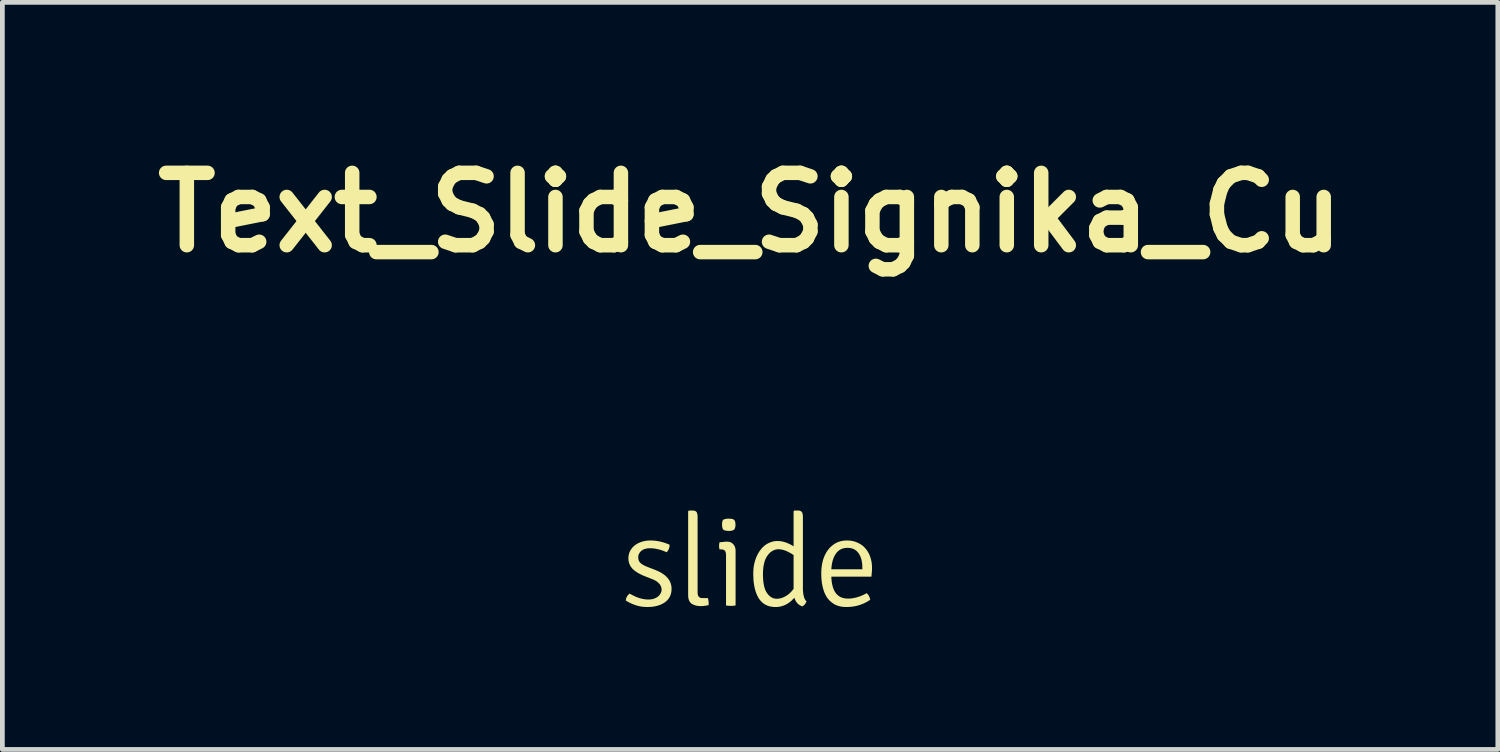
<source format=kicad_pcb>
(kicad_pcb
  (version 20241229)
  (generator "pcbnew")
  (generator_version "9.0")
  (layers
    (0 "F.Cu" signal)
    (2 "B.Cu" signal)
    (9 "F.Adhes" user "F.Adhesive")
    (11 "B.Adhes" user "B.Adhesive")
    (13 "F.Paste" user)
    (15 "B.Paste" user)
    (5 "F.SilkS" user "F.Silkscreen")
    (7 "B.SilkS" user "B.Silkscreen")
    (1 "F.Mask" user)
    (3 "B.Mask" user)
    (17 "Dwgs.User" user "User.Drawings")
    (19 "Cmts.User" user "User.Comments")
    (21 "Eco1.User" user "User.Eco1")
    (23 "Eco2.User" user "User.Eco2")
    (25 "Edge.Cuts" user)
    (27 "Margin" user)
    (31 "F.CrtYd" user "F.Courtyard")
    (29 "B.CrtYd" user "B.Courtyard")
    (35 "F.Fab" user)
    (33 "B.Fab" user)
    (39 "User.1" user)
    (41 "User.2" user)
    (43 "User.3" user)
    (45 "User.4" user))
  (footprint "Text_Slide_Signika_Cu"
    (layer "F.Cu")
    (at 12.751 9.089)
    (property "Reference" "Text_Slide_Signika_Cu" (at 0 -7.663 0) (layer "F.SilkS") (effects (font (size 1.524 1.524) (thickness 0.305))))
    (attr smd)
    (fp_poly (pts (xy -0.572 -1.186) (xy -0.557 -1.195) (xy -0.539 -1.201) (xy -0.519 -1.207) (xy -0.497 -1.211) (xy -0.473 -1.213) (xy -0.447 -1.214) (xy -0.418 -1.213) (xy -0.392 -1.21) (xy -0.37 -1.205) (xy -0.352 -1.198) (xy -0.338 -1.189) (xy -0.328 -1.177) (xy -0.319 -1.161) (xy -0.313 -1.14) (xy -0.31 -1.115) (xy -0.308 -1.086) (xy -0.309 -1.061) (xy -0.312 -1.039) (xy -0.317 -1.02) (xy -0.323 -1.003) (xy -0.331 -0.99) (xy -0.341 -0.98) (xy -0.356 -0.971) (xy -0.374 -0.964) (xy -0.395 -0.959) (xy -0.419 -0.956) (xy -0.447 -0.955) (xy -0.472 -0.956) (xy -0.495 -0.958) (xy -0.517 -0.962) (xy -0.536 -0.967) (xy -0.553 -0.974) (xy -0.565 -0.983) (xy -0.574 -0.996) (xy -0.582 -1.013) (xy -0.587 -1.033) (xy -0.59 -1.058) (xy -0.591 -1.086) (xy -0.591 -1.11) (xy -0.588 -1.132) (xy -0.585 -1.152) (xy -0.579 -1.17) (xy -0.572 -1.186) (xy -0.572 -1.186)) (stroke (width 0) (type solid)) (fill yes) (layer "F.SilkS"))
    (fp_poly (pts (xy -0.306 -0.533) (xy -0.306 0.615) (xy -0.323 0.618) (xy -0.341 0.62) (xy -0.362 0.622) (xy -0.383 0.623) (xy -0.406 0.623) (xy -0.43 0.623) (xy -0.451 0.622) (xy -0.471 0.62) (xy -0.49 0.618) (xy -0.507 0.615) (xy -0.507 -0.435) (xy -0.508 -0.464) (xy -0.511 -0.488) (xy -0.516 -0.509) (xy -0.523 -0.526) (xy -0.532 -0.539) (xy -0.543 -0.549) (xy -0.557 -0.556) (xy -0.575 -0.562) (xy -0.595 -0.565) (xy -0.619 -0.566) (xy -0.643 -0.566) (xy -0.648 -0.582) (xy -0.651 -0.599) (xy -0.653 -0.618) (xy -0.654 -0.639) (xy -0.653 -0.66) (xy -0.651 -0.68) (xy -0.648 -0.699) (xy -0.643 -0.716) (xy -0.618 -0.718) (xy -0.596 -0.72) (xy -0.576 -0.722) (xy -0.559 -0.724) (xy -0.538 -0.727) (xy -0.521 -0.729) (xy -0.507 -0.729) (xy -0.485 -0.729) (xy -0.462 -0.728) (xy -0.44 -0.725) (xy -0.42 -0.719) (xy -0.401 -0.711) (xy -0.384 -0.701) (xy -0.369 -0.689) (xy -0.355 -0.675) (xy -0.342 -0.659) (xy -0.331 -0.642) (xy -0.322 -0.623) (xy -0.315 -0.603) (xy -0.31 -0.581) (xy -0.307 -0.558) (xy -0.306 -0.533)) (stroke (width 0) (type solid)) (fill yes) (layer "F.SilkS"))
    (fp_poly (pts (xy -1.006 0.46) (xy -0.891 0.46) (xy -0.885 0.477) (xy -0.88 0.495) (xy -0.878 0.514) (xy -0.875 0.534) (xy -0.873 0.552) (xy -0.872 0.569) (xy -0.873 0.584) (xy -0.875 0.596) (xy -0.875 0.61) (xy -0.897 0.613) (xy -0.918 0.617) (xy -0.939 0.62) (xy -0.959 0.623) (xy -0.98 0.626) (xy -1 0.627) (xy -1.02 0.628) (xy -1.041 0.629) (xy -1.065 0.628) (xy -1.089 0.626) (xy -1.111 0.623) (xy -1.133 0.619) (xy -1.154 0.613) (xy -1.174 0.607) (xy -1.193 0.599) (xy -1.211 0.59) (xy -1.229 0.58) (xy -1.243 0.569) (xy -1.256 0.556) (xy -1.268 0.542) (xy -1.277 0.526) (xy -1.286 0.509) (xy -1.293 0.49) (xy -1.298 0.47) (xy -1.302 0.448) (xy -1.304 0.425) (xy -1.305 0.4) (xy -1.305 -1.369) (xy -1.289 -1.385) (xy -1.215 -1.385) (xy -1.191 -1.384) (xy -1.17 -1.38) (xy -1.152 -1.373) (xy -1.138 -1.364) (xy -1.128 -1.352) (xy -1.12 -1.339) (xy -1.114 -1.321) (xy -1.11 -1.301) (xy -1.107 -1.277) (xy -1.106 -1.249) (xy -1.106 0.343) (xy -1.105 0.365) (xy -1.102 0.385) (xy -1.097 0.403) (xy -1.09 0.418) (xy -1.081 0.431) (xy -1.07 0.441) (xy -1.057 0.449) (xy -1.042 0.455) (xy -1.025 0.459) (xy -1.006 0.46)) (stroke (width 0) (type solid)) (fill yes) (layer "F.SilkS"))
    (fp_poly (pts (xy -2.618 0.512) (xy -2.616 0.491) (xy -2.612 0.471) (xy -2.606 0.451) (xy -2.597 0.433) (xy -2.586 0.415) (xy -2.573 0.397) (xy -2.557 0.381) (xy -2.539 0.365) (xy -2.515 0.378) (xy -2.491 0.391) (xy -2.468 0.403) (xy -2.445 0.414) (xy -2.423 0.425) (xy -2.402 0.434) (xy -2.381 0.442) (xy -2.361 0.45) (xy -2.341 0.457) (xy -2.321 0.463) (xy -2.297 0.469) (xy -2.274 0.475) (xy -2.251 0.479) (xy -2.228 0.483) (xy -2.206 0.486) (xy -2.185 0.488) (xy -2.165 0.489) (xy -2.145 0.49) (xy -2.118 0.489) (xy -2.093 0.487) (xy -2.07 0.484) (xy -2.048 0.479) (xy -2.028 0.473) (xy -2.008 0.466) (xy -1.989 0.457) (xy -1.971 0.448) (xy -1.955 0.438) (xy -1.94 0.427) (xy -1.924 0.412) (xy -1.909 0.396) (xy -1.897 0.379) (xy -1.886 0.362) (xy -1.878 0.344) (xy -1.871 0.327) (xy -1.867 0.309) (xy -1.864 0.291) (xy -1.865 0.268) (xy -1.868 0.247) (xy -1.874 0.226) (xy -1.881 0.207) (xy -1.891 0.188) (xy -1.902 0.171) (xy -1.916 0.155) (xy -1.929 0.141) (xy -1.944 0.128) (xy -1.96 0.115) (xy -1.977 0.103) (xy -1.996 0.091) (xy -2.017 0.08) (xy -2.039 0.07) (xy -2.063 0.06) (xy -2.215 0.000034) (xy -2.242 -0.011) (xy -2.267 -0.021) (xy -2.291 -0.033) (xy -2.314 -0.044) (xy -2.336 -0.056) (xy -2.357 -0.067) (xy -2.378 -0.08) (xy -2.397 -0.092) (xy -2.415 -0.105) (xy -2.432 -0.118) (xy -2.448 -0.131) (xy -2.463 -0.144) (xy -2.477 -0.158) (xy -2.492 -0.175) (xy -2.505 -0.193) (xy -2.518 -0.211) (xy -2.528 -0.23) (xy -2.538 -0.249) (xy -2.546 -0.269) (xy -2.552 -0.29) (xy -2.557 -0.311) (xy -2.561 -0.333) (xy -2.563 -0.355) (xy -2.564 -0.378) (xy -2.563 -0.402) (xy -2.561 -0.425) (xy -2.557 -0.447) (xy -2.552 -0.469) (xy -2.546 -0.49) (xy -2.538 -0.511) (xy -2.528 -0.531) (xy -2.518 -0.55) (xy -2.506 -0.569) (xy -2.493 -0.587) (xy -2.479 -0.604) (xy -2.464 -0.621) (xy -2.448 -0.636) (xy -2.43 -0.65) (xy -2.412 -0.664) (xy -2.393 -0.677) (xy -2.373 -0.688) (xy -2.352 -0.699) (xy -2.33 -0.709) (xy -2.307 -0.718) (xy -2.283 -0.726) (xy -2.262 -0.733) (xy -2.24 -0.738) (xy -2.218 -0.743) (xy -2.195 -0.747) (xy -2.171 -0.75) (xy -2.148 -0.752) (xy -2.123 -0.753) (xy -2.098 -0.754) (xy -2.076 -0.753) (xy -2.054 -0.753) (xy -2.031 -0.751) (xy -2.009 -0.749) (xy -1.986 -0.747) (xy -1.964 -0.744) (xy -1.942 -0.74) (xy -1.919 -0.736) (xy -1.897 -0.731) (xy -1.875 -0.726) (xy -1.852 -0.72) (xy -1.83 -0.714) (xy -1.807 -0.707) (xy -1.785 -0.699) (xy -1.763 -0.691) (xy -1.74 -0.683) (xy -1.718 -0.674) (xy -1.696 -0.664) (xy -1.697 -0.641) (xy -1.699 -0.618) (xy -1.704 -0.597) (xy -1.711 -0.577) (xy -1.72 -0.558) (xy -1.731 -0.539) (xy -1.743 -0.522) (xy -1.758 -0.506) (xy -1.781 -0.516) (xy -1.803 -0.525) (xy -1.825 -0.534) (xy -1.847 -0.542) (xy -1.868 -0.549) (xy -1.889 -0.556) (xy -1.909 -0.562) (xy -1.929 -0.567) (xy -1.949 -0.571) (xy -1.972 -0.576) (xy -1.996 -0.581) (xy -2.018 -0.584) (xy -2.041 -0.587) (xy -2.062 -0.589) (xy -2.083 -0.59) (xy -2.104 -0.59) (xy -2.131 -0.59) (xy -2.156 -0.588) (xy -2.181 -0.584) (xy -2.203 -0.579) (xy -2.224 -0.573) (xy -2.244 -0.565) (xy -2.262 -0.556) (xy -2.279 -0.545) (xy -2.294 -0.533) (xy -2.311 -0.517) (xy -2.325 -0.499) (xy -2.336 -0.481) (xy -2.345 -0.463) (xy -2.352 -0.443) (xy -2.355 -0.423) (xy -2.357 -0.403) (xy -2.356 -0.381) (xy -2.353 -0.36) (xy -2.348 -0.341) (xy -2.341 -0.323) (xy -2.332 -0.307) (xy -2.321 -0.291) (xy -2.308 -0.278) (xy -2.295 -0.267) (xy -2.28 -0.256) (xy -2.263 -0.245) (xy -2.245 -0.235) (xy -2.224 -0.224) (xy -2.202 -0.214) (xy -2.178 -0.203) (xy -2.153 -0.193) (xy -1.992 -0.131) (xy -1.967 -0.12) (xy -1.942 -0.109) (xy -1.919 -0.098) (xy -1.896 -0.087) (xy -1.875 -0.075) (xy -1.854 -0.062) (xy -1.835 -0.05) (xy -1.816 -0.036) (xy -1.799 -0.023) (xy -1.783 -0.009) (xy -1.767 0.005) (xy -1.753 0.02) (xy -1.739 0.035) (xy -1.727 0.05) (xy -1.715 0.066) (xy -1.705 0.082) (xy -1.695 0.098) (xy -1.687 0.115) (xy -1.679 0.133) (xy -1.673 0.15) (xy -1.667 0.168) (xy -1.663 0.187) (xy -1.659 0.205) (xy -1.657 0.225) (xy -1.655 0.244) (xy -1.655 0.264) (xy -1.655 0.288) (xy -1.657 0.311) (xy -1.66 0.334) (xy -1.665 0.355) (xy -1.67 0.376) (xy -1.677 0.397) (xy -1.685 0.416) (xy -1.694 0.435) (xy -1.705 0.453) (xy -1.716 0.471) (xy -1.729 0.487) (xy -1.744 0.503) (xy -1.759 0.519) (xy -1.776 0.533) (xy -1.794 0.547) (xy -1.81 0.558) (xy -1.828 0.569) (xy -1.846 0.579) (xy -1.864 0.589) (xy -1.884 0.597) (xy -1.904 0.605) (xy -1.924 0.613) (xy -1.946 0.619) (xy -1.968 0.625) (xy -1.991 0.631) (xy -2.014 0.635) (xy -2.038 0.639) (xy -2.063 0.642) (xy -2.089 0.645) (xy -2.115 0.646) (xy -2.142 0.647) (xy -2.169 0.648) (xy -2.191 0.647) (xy -2.213 0.646) (xy -2.235 0.645) (xy -2.257 0.643) (xy -2.278 0.64) (xy -2.3 0.637) (xy -2.322 0.633) (xy -2.343 0.628) (xy -2.365 0.623) (xy -2.386 0.617) (xy -2.408 0.61) (xy -2.429 0.603) (xy -2.45 0.596) (xy -2.471 0.587) (xy -2.492 0.578) (xy -2.514 0.569) (xy -2.535 0.558) (xy -2.556 0.548) (xy -2.576 0.536) (xy -2.597 0.524) (xy -2.618 0.512)) (stroke (width 0) (type solid)) (fill yes) (layer "F.SilkS"))
    (fp_poly (pts (xy 0.576 -0.743) (xy 0.916 -0.446) (xy 0.892 -0.462) (xy 0.869 -0.477) (xy 0.846 -0.49) (xy 0.823 -0.503) (xy 0.801 -0.514) (xy 0.779 -0.525) (xy 0.758 -0.534) (xy 0.737 -0.542) (xy 0.716 -0.549) (xy 0.696 -0.555) (xy 0.676 -0.56) (xy 0.656 -0.564) (xy 0.637 -0.566) (xy 0.618 -0.568) (xy 0.6 -0.569) (xy 0.579 -0.568) (xy 0.558 -0.566) (xy 0.538 -0.562) (xy 0.519 -0.556) (xy 0.5 -0.549) (xy 0.481 -0.54) (xy 0.463 -0.53) (xy 0.446 -0.518) (xy 0.429 -0.505) (xy 0.412 -0.49) (xy 0.396 -0.473) (xy 0.381 -0.455) (xy 0.366 -0.435) (xy 0.356 -0.42) (xy 0.346 -0.405) (xy 0.337 -0.388) (xy 0.328 -0.371) (xy 0.32 -0.352) (xy 0.313 -0.333) (xy 0.306 -0.314) (xy 0.3 -0.293) (xy 0.295 -0.271) (xy 0.29 -0.249) (xy 0.285 -0.226) (xy 0.281 -0.202) (xy 0.278 -0.177) (xy 0.276 -0.152) (xy 0.273 -0.125) (xy 0.272 -0.098) (xy 0.271 -0.07) (xy 0.271 -0.041) (xy 0.271 -0.012) (xy 0.272 0.016) (xy 0.273 0.043) (xy 0.275 0.07) (xy 0.277 0.095) (xy 0.28 0.12) (xy 0.283 0.144) (xy 0.287 0.166) (xy 0.291 0.188) (xy 0.296 0.21) (xy 0.301 0.23) (xy 0.307 0.249) (xy 0.313 0.268) (xy 0.32 0.286) (xy 0.327 0.303) (xy 0.335 0.319) (xy 0.344 0.334) (xy 0.352 0.348) (xy 0.367 0.368) (xy 0.382 0.387) (xy 0.397 0.403) (xy 0.413 0.418) (xy 0.43 0.431) (xy 0.447 0.442) (xy 0.465 0.452) (xy 0.483 0.46) (xy 0.502 0.466) (xy 0.521 0.47) (xy 0.541 0.473) (xy 0.562 0.473) (xy 0.583 0.473) (xy 0.603 0.471) (xy 0.624 0.467) (xy 0.645 0.463) (xy 0.666 0.457) (xy 0.687 0.449) (xy 0.708 0.441) (xy 0.729 0.43) (xy 0.75 0.419) (xy 0.769 0.407) (xy 0.788 0.395) (xy 0.806 0.381) (xy 0.823 0.367) (xy 0.84 0.352) (xy 0.856 0.336) (xy 0.872 0.319) (xy 0.887 0.302) (xy 0.902 0.283) (xy 0.916 0.264) (xy 0.916 -0.446) (xy 0.576 -0.743) (xy 0.596 -0.742) (xy 0.617 -0.741) (xy 0.637 -0.739) (xy 0.658 -0.736) (xy 0.679 -0.732) (xy 0.7 -0.727) (xy 0.721 -0.721) (xy 0.742 -0.715) (xy 0.764 -0.708) (xy 0.785 -0.699) (xy 0.806 -0.69) (xy 0.828 -0.68) (xy 0.85 -0.669) (xy 0.872 -0.657) (xy 0.894 -0.645) (xy 0.916 -0.631) (xy 0.916 -1.369) (xy 0.932 -1.385) (xy 1.005 -1.385) (xy 1.029 -1.384) (xy 1.049 -1.38) (xy 1.066 -1.373) (xy 1.079 -1.364) (xy 1.09 -1.352) (xy 1.098 -1.339) (xy 1.104 -1.321) (xy 1.108 -1.301) (xy 1.111 -1.277) (xy 1.112 -1.249) (xy 1.112 0.239) (xy 1.112 0.269) (xy 1.113 0.298) (xy 1.115 0.325) (xy 1.118 0.351) (xy 1.121 0.375) (xy 1.126 0.398) (xy 1.131 0.42) (xy 1.136 0.44) (xy 1.143 0.459) (xy 1.15 0.476) (xy 1.159 0.492) (xy 1.168 0.506) (xy 1.177 0.519) (xy 1.188 0.531) (xy 1.179 0.551) (xy 1.169 0.569) (xy 1.158 0.586) (xy 1.145 0.6) (xy 1.131 0.613) (xy 1.115 0.625) (xy 1.098 0.634) (xy 1.078 0.626) (xy 1.059 0.617) (xy 1.041 0.606) (xy 1.024 0.594) (xy 1.008 0.581) (xy 0.994 0.567) (xy 0.981 0.551) (xy 0.969 0.534) (xy 0.958 0.515) (xy 0.948 0.495) (xy 0.939 0.474) (xy 0.932 0.452) (xy 0.916 0.47) (xy 0.899 0.487) (xy 0.883 0.504) (xy 0.866 0.519) (xy 0.848 0.534) (xy 0.831 0.548) (xy 0.813 0.561) (xy 0.795 0.573) (xy 0.776 0.584) (xy 0.758 0.594) (xy 0.739 0.603) (xy 0.72 0.612) (xy 0.7 0.619) (xy 0.68 0.626) (xy 0.66 0.632) (xy 0.64 0.637) (xy 0.62 0.641) (xy 0.599 0.644) (xy 0.578 0.646) (xy 0.556 0.647) (xy 0.535 0.648) (xy 0.51 0.647) (xy 0.486 0.646) (xy 0.463 0.643) (xy 0.44 0.639) (xy 0.418 0.635) (xy 0.397 0.629) (xy 0.377 0.623) (xy 0.357 0.615) (xy 0.337 0.606) (xy 0.319 0.596) (xy 0.301 0.586) (xy 0.283 0.574) (xy 0.267 0.561) (xy 0.251 0.547) (xy 0.236 0.532) (xy 0.221 0.516) (xy 0.207 0.5) (xy 0.194 0.482) (xy 0.181 0.463) (xy 0.171 0.446) (xy 0.162 0.429) (xy 0.153 0.412) (xy 0.145 0.394) (xy 0.137 0.375) (xy 0.129 0.356) (xy 0.122 0.337) (xy 0.115 0.316) (xy 0.109 0.296) (xy 0.103 0.274) (xy 0.098 0.253) (xy 0.093 0.23) (xy 0.088 0.207) (xy 0.084 0.184) (xy 0.081 0.16) (xy 0.077 0.135) (xy 0.074 0.11) (xy 0.072 0.085) (xy 0.07 0.058) (xy 0.069 0.032) (xy 0.068 0.005) (xy 0.067 -0.023) (xy 0.067 -0.052) (xy 0.067 -0.077) (xy 0.068 -0.102) (xy 0.069 -0.126) (xy 0.071 -0.15) (xy 0.073 -0.174) (xy 0.076 -0.197) (xy 0.079 -0.219) (xy 0.083 -0.242) (xy 0.088 -0.263) (xy 0.092 -0.284) (xy 0.098 -0.305) (xy 0.104 -0.326) (xy 0.11 -0.346) (xy 0.118 -0.369) (xy 0.127 -0.392) (xy 0.136 -0.414) (xy 0.146 -0.435) (xy 0.155 -0.455) (xy 0.166 -0.475) (xy 0.177 -0.494) (xy 0.188 -0.512) (xy 0.2 -0.53) (xy 0.212 -0.547) (xy 0.225 -0.563) (xy 0.24 -0.583) (xy 0.257 -0.601) (xy 0.274 -0.618) (xy 0.291 -0.634) (xy 0.309 -0.649) (xy 0.327 -0.662) (xy 0.346 -0.675) (xy 0.365 -0.686) (xy 0.385 -0.697) (xy 0.406 -0.706) (xy 0.426 -0.715) (xy 0.447 -0.722) (xy 0.468 -0.729) (xy 0.49 -0.734) (xy 0.511 -0.738) (xy 0.532 -0.741) (xy 0.554 -0.742) (xy 0.576 -0.743) (xy 0.576 -0.743)) (stroke (width 0) (type solid)) (fill yes) (layer "F.SilkS"))
    (fp_poly (pts (xy 2.555 0.008) (xy 1.711 0.008) (xy 1.711 -0.147) (xy 2.364 -0.147) (xy 2.364 -0.182) (xy 2.364 -0.209) (xy 2.363 -0.234) (xy 2.361 -0.259) (xy 2.358 -0.284) (xy 2.354 -0.307) (xy 2.35 -0.33) (xy 2.345 -0.352) (xy 2.339 -0.373) (xy 2.332 -0.393) (xy 2.324 -0.413) (xy 2.316 -0.432) (xy 2.306 -0.45) (xy 2.296 -0.468) (xy 2.285 -0.484) (xy 2.273 -0.501) (xy 2.259 -0.517) (xy 2.245 -0.531) (xy 2.229 -0.544) (xy 2.213 -0.555) (xy 2.196 -0.565) (xy 2.178 -0.574) (xy 2.158 -0.582) (xy 2.138 -0.588) (xy 2.117 -0.593) (xy 2.095 -0.596) (xy 2.072 -0.598) (xy 2.049 -0.599) (xy 2.025 -0.598) (xy 2.003 -0.596) (xy 1.981 -0.592) (xy 1.96 -0.587) (xy 1.939 -0.58) (xy 1.92 -0.573) (xy 1.901 -0.563) (xy 1.884 -0.552) (xy 1.867 -0.54) (xy 1.85 -0.526) (xy 1.835 -0.511) (xy 1.82 -0.494) (xy 1.807 -0.476) (xy 1.796 -0.459) (xy 1.785 -0.442) (xy 1.776 -0.424) (xy 1.767 -0.405) (xy 1.758 -0.385) (xy 1.751 -0.365) (xy 1.744 -0.343) (xy 1.737 -0.322) (xy 1.732 -0.299) (xy 1.727 -0.275) (xy 1.722 -0.251) (xy 1.719 -0.226) (xy 1.715 -0.201) (xy 1.713 -0.174) (xy 1.711 -0.147) (xy 1.711 0.008) (xy 1.712 0.035) (xy 1.714 0.061) (xy 1.716 0.086) (xy 1.719 0.111) (xy 1.722 0.134) (xy 1.726 0.157) (xy 1.731 0.179) (xy 1.736 0.2) (xy 1.741 0.221) (xy 1.747 0.24) (xy 1.754 0.259) (xy 1.761 0.277) (xy 1.769 0.294) (xy 1.777 0.311) (xy 1.786 0.326) (xy 1.796 0.341) (xy 1.806 0.355) (xy 1.816 0.368) (xy 1.828 0.381) (xy 1.839 0.392) (xy 1.852 0.403) (xy 1.864 0.413) (xy 1.878 0.422) (xy 1.892 0.431) (xy 1.906 0.438) (xy 1.921 0.445) (xy 1.937 0.451) (xy 1.953 0.456) (xy 1.97 0.461) (xy 1.987 0.464) (xy 2.005 0.467) (xy 2.024 0.469) (xy 2.043 0.47) (xy 2.062 0.471) (xy 2.083 0.47) (xy 2.104 0.469) (xy 2.125 0.468) (xy 2.146 0.465) (xy 2.167 0.462) (xy 2.188 0.458) (xy 2.21 0.453) (xy 2.232 0.448) (xy 2.253 0.442) (xy 2.275 0.435) (xy 2.298 0.428) (xy 2.32 0.42) (xy 2.342 0.411) (xy 2.365 0.402) (xy 2.388 0.391) (xy 2.411 0.38) (xy 2.434 0.369) (xy 2.457 0.356) (xy 2.473 0.373) (xy 2.487 0.39) (xy 2.5 0.409) (xy 2.51 0.428) (xy 2.519 0.45) (xy 2.525 0.472) (xy 2.53 0.495) (xy 2.511 0.508) (xy 2.491 0.521) (xy 2.471 0.532) (xy 2.451 0.544) (xy 2.431 0.554) (xy 2.41 0.564) (xy 2.389 0.574) (xy 2.369 0.583) (xy 2.347 0.591) (xy 2.326 0.599) (xy 2.304 0.606) (xy 2.283 0.613) (xy 2.261 0.619) (xy 2.239 0.624) (xy 2.216 0.629) (xy 2.194 0.634) (xy 2.171 0.637) (xy 2.148 0.64) (xy 2.125 0.643) (xy 2.101 0.645) (xy 2.077 0.646) (xy 2.054 0.647) (xy 2.03 0.648) (xy 2.004 0.647) (xy 1.98 0.646) (xy 1.955 0.644) (xy 1.932 0.641) (xy 1.909 0.637) (xy 1.887 0.632) (xy 1.866 0.627) (xy 1.845 0.62) (xy 1.825 0.613) (xy 1.806 0.605) (xy 1.787 0.596) (xy 1.768 0.585) (xy 1.749 0.573) (xy 1.73 0.56) (xy 1.713 0.546) (xy 1.696 0.532) (xy 1.679 0.517) (xy 1.664 0.501) (xy 1.649 0.484) (xy 1.635 0.467) (xy 1.621 0.449) (xy 1.61 0.431) (xy 1.6 0.413) (xy 1.59 0.395) (xy 1.58 0.375) (xy 1.571 0.356) (xy 1.563 0.335) (xy 1.555 0.315) (xy 1.548 0.293) (xy 1.541 0.271) (xy 1.535 0.249) (xy 1.529 0.226) (xy 1.524 0.204) (xy 1.52 0.183) (xy 1.516 0.16) (xy 1.512 0.138) (xy 1.509 0.115) (xy 1.507 0.092) (xy 1.504 0.068) (xy 1.502 0.044) (xy 1.501 0.02) (xy 1.5 -0.004) (xy 1.499 -0.029) (xy 1.499 -0.054) (xy 1.499 -0.08) (xy 1.5 -0.105) (xy 1.501 -0.13) (xy 1.503 -0.155) (xy 1.505 -0.179) (xy 1.508 -0.203) (xy 1.511 -0.226) (xy 1.515 -0.249) (xy 1.519 -0.272) (xy 1.524 -0.294) (xy 1.529 -0.316) (xy 1.534 -0.337) (xy 1.542 -0.36) (xy 1.549 -0.383) (xy 1.558 -0.404) (xy 1.566 -0.426) (xy 1.576 -0.446) (xy 1.586 -0.466) (xy 1.596 -0.486) (xy 1.607 -0.505) (xy 1.619 -0.523) (xy 1.631 -0.541) (xy 1.643 -0.558) (xy 1.658 -0.576) (xy 1.673 -0.593) (xy 1.688 -0.61) (xy 1.704 -0.625) (xy 1.721 -0.64) (xy 1.738 -0.654) (xy 1.756 -0.667) (xy 1.774 -0.68) (xy 1.793 -0.691) (xy 1.812 -0.702) (xy 1.83 -0.711) (xy 1.849 -0.719) (xy 1.869 -0.726) (xy 1.889 -0.733) (xy 1.909 -0.738) (xy 1.93 -0.743) (xy 1.951 -0.747) (xy 1.973 -0.75) (xy 1.995 -0.752) (xy 2.017 -0.753) (xy 2.041 -0.754) (xy 2.065 -0.753) (xy 2.09 -0.752) (xy 2.113 -0.75) (xy 2.136 -0.746) (xy 2.159 -0.742) (xy 2.181 -0.737) (xy 2.202 -0.731) (xy 2.223 -0.724) (xy 2.244 -0.716) (xy 2.264 -0.707) (xy 2.286 -0.697) (xy 2.307 -0.686) (xy 2.327 -0.674) (xy 2.346 -0.662) (xy 2.365 -0.648) (xy 2.382 -0.634) (xy 2.399 -0.618) (xy 2.415 -0.602) (xy 2.43 -0.585) (xy 2.444 -0.568) (xy 2.458 -0.55) (xy 2.471 -0.531) (xy 2.484 -0.511) (xy 2.495 -0.49) (xy 2.506 -0.469) (xy 2.516 -0.447) (xy 2.525 -0.424) (xy 2.533 -0.4) (xy 2.54 -0.379) (xy 2.546 -0.357) (xy 2.551 -0.335) (xy 2.556 -0.312) (xy 2.56 -0.29) (xy 2.563 -0.267) (xy 2.565 -0.243) (xy 2.567 -0.22) (xy 2.568 -0.196) (xy 2.568 -0.171) (xy 2.568 -0.147) (xy 2.567 -0.123) (xy 2.565 -0.099) (xy 2.563 -0.076) (xy 2.561 -0.055) (xy 2.56 -0.033) (xy 2.557 -0.012) (xy 2.555 0.008) (xy 2.555 0.008)) (stroke (width 0) (type solid)) (fill yes) (layer "F.SilkS")))
  (gr_rect
    (start -3 -3)
    (end 28.502 12.737)
    (stroke (width 0.1) (type default))
    (fill no)
    (layer "Edge.Cuts")))
</source>
